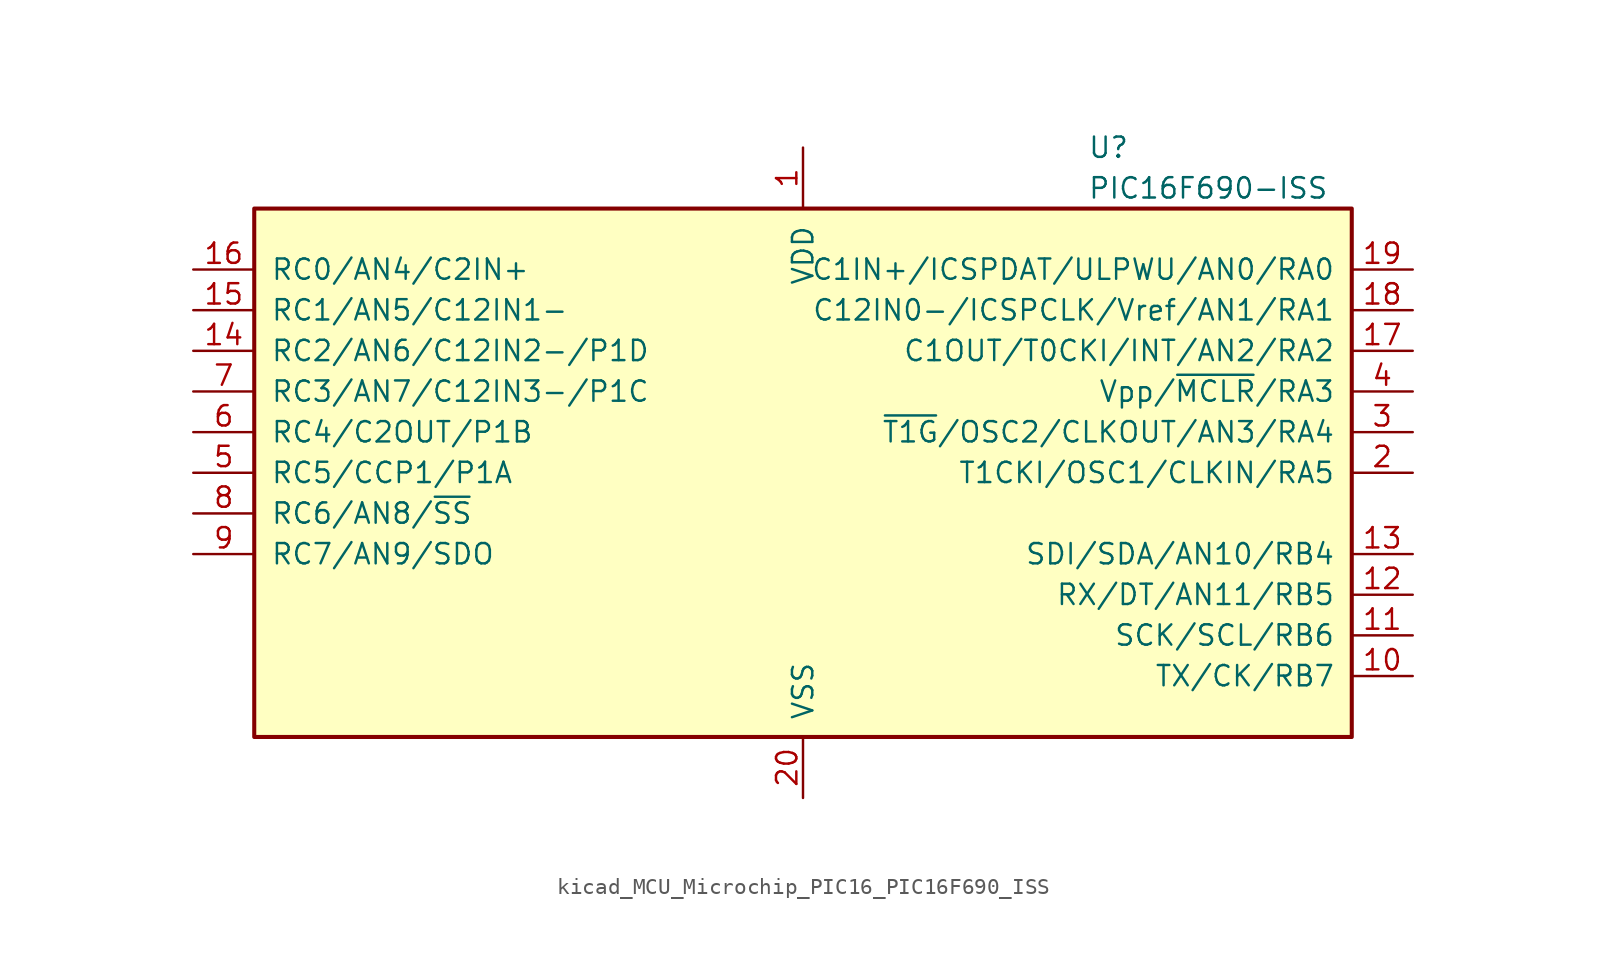
<source format=kicad_sym>
(kicad_symbol_lib
  (version 20220914)
  (generator kicad_symbol_editor)
  (symbol "kicad_MCU_Microchip_PIC16_PIC16F690_ISS"
    (pin_names
      (offset 1.016))
    (property "Reference" "U"
      (at 17.78 20.32 0)
      (effects (font (size 1.27 1.27)) (justify left)))
    (property "Value" "PIC16F690-ISS"
      (at 17.78 17.78 0)
      (effects (font (size 1.27 1.27)) (justify left)))
    (symbol "kicad_MCU_Microchip_PIC16_PIC16F690_ISS_0_1"
      (rectangle (start -34.29 16.51) (end 34.29 -16.51) (stroke (width 0.254) (type default)) (fill (type background))))
    (symbol "kicad_MCU_Microchip_PIC16_PIC16F690_ISS_1_1"
      (pin power_in line (at 0 20.32 270) (length 3.81) (name "VDD" (effects (font (size 1.27 1.27)))) (number "1" (effects (font (size 1.27 1.27)))))
      (pin bidirectional line (at 38.1 -12.7 180) (length 3.81) (name "TX/CK/RB7" (effects (font (size 1.27 1.27)))) (number "10" (effects (font (size 1.27 1.27)))))
      (pin bidirectional line (at 38.1 -10.16 180) (length 3.81) (name "SCK/SCL/RB6" (effects (font (size 1.27 1.27)))) (number "11" (effects (font (size 1.27 1.27)))))
      (pin bidirectional line (at 38.1 -7.62 180) (length 3.81) (name "RX/DT/AN11/RB5" (effects (font (size 1.27 1.27)))) (number "12" (effects (font (size 1.27 1.27)))))
      (pin bidirectional line (at 38.1 -5.08 180) (length 3.81) (name "SDI/SDA/AN10/RB4" (effects (font (size 1.27 1.27)))) (number "13" (effects (font (size 1.27 1.27)))))
      (pin bidirectional line (at -38.1 7.62 0) (length 3.81) (name "RC2/AN6/C12IN2-/P1D" (effects (font (size 1.27 1.27)))) (number "14" (effects (font (size 1.27 1.27)))))
      (pin bidirectional line (at -38.1 10.16 0) (length 3.81) (name "RC1/AN5/C12IN1-" (effects (font (size 1.27 1.27)))) (number "15" (effects (font (size 1.27 1.27)))))
      (pin bidirectional line (at -38.1 12.7 0) (length 3.81) (name "RC0/AN4/C2IN+" (effects (font (size 1.27 1.27)))) (number "16" (effects (font (size 1.27 1.27)))))
      (pin bidirectional line (at 38.1 7.62 180) (length 3.81) (name "C1OUT/T0CKI/INT/AN2/RA2" (effects (font (size 1.27 1.27)))) (number "17" (effects (font (size 1.27 1.27)))))
      (pin bidirectional line (at 38.1 10.16 180) (length 3.81) (name "C12IN0-/ICSPCLK/Vref/AN1/RA1" (effects (font (size 1.27 1.27)))) (number "18" (effects (font (size 1.27 1.27)))))
      (pin bidirectional line (at 38.1 12.7 180) (length 3.81) (name "C1IN+/ICSPDAT/ULPWU/AN0/RA0" (effects (font (size 1.27 1.27)))) (number "19" (effects (font (size 1.27 1.27)))))
      (pin bidirectional line (at 38.1 0 180) (length 3.81) (name "T1CKI/OSC1/CLKIN/RA5" (effects (font (size 1.27 1.27)))) (number "2" (effects (font (size 1.27 1.27)))))
      (pin power_in line (at 0 -20.32 90) (length 3.81) (name "VSS" (effects (font (size 1.27 1.27)))) (number "20" (effects (font (size 1.27 1.27)))))
      (pin bidirectional line (at 38.1 2.54 180) (length 3.81) (name "~{T1G}/OSC2/CLKOUT/AN3/RA4" (effects (font (size 1.27 1.27)))) (number "3" (effects (font (size 1.27 1.27)))))
      (pin input line (at 38.1 5.08 180) (length 3.81) (name "Vpp/~{MCLR}/RA3" (effects (font (size 1.27 1.27)))) (number "4" (effects (font (size 1.27 1.27)))))
      (pin bidirectional line (at -38.1 0 0) (length 3.81) (name "RC5/CCP1/P1A" (effects (font (size 1.27 1.27)))) (number "5" (effects (font (size 1.27 1.27)))))
      (pin bidirectional line (at -38.1 2.54 0) (length 3.81) (name "RC4/C2OUT/P1B" (effects (font (size 1.27 1.27)))) (number "6" (effects (font (size 1.27 1.27)))))
      (pin bidirectional line (at -38.1 5.08 0) (length 3.81) (name "RC3/AN7/C12IN3-/P1C" (effects (font (size 1.27 1.27)))) (number "7" (effects (font (size 1.27 1.27)))))
      (pin bidirectional line (at -38.1 -2.54 0) (length 3.81) (name "RC6/AN8/~{SS}" (effects (font (size 1.27 1.27)))) (number "8" (effects (font (size 1.27 1.27)))))
      (pin bidirectional line (at -38.1 -5.08 0) (length 3.81) (name "RC7/AN9/SDO" (effects (font (size 1.27 1.27)))) (number "9" (effects (font (size 1.27 1.27))))))))
</source>
